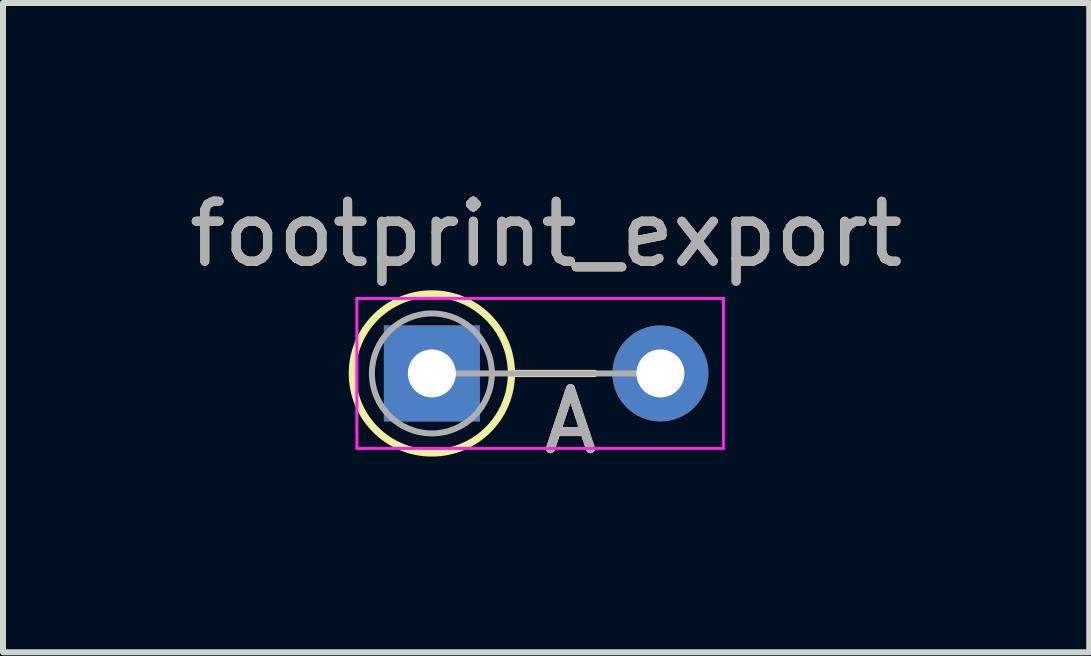
<source format=kicad_pcb>
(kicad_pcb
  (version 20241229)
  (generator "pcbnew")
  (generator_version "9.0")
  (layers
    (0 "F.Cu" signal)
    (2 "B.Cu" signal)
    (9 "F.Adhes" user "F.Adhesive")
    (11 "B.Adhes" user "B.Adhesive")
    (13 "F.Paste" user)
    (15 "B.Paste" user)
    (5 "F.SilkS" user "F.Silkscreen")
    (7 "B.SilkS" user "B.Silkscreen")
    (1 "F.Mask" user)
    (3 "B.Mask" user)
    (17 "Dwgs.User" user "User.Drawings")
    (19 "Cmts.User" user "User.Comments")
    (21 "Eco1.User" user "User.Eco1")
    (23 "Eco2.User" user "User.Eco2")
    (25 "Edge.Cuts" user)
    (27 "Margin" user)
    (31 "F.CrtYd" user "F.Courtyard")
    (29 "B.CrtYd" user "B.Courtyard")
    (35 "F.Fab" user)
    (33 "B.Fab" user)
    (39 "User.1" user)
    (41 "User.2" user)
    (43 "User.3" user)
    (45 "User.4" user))
  (footprint "footprint_export"
    (layer "F.Cu")
    (at 4.149 3.175)
    (property "Reference" "footprint_export" (at 1.905 -2.326 0) (layer "F.SilkS") (effects (font (size 1 1) (thickness 0.15))))
    (attr through_hole)
    (fp_line (start 1.326 0) (end 2.71 0) (stroke (width 0.12) (type solid)) (layer "F.SilkS"))
    (fp_circle (center 0 0) (end 1.326 0) (stroke (width 0.12) (type solid)) (fill no) (layer "F.SilkS"))
    (fp_line (start -1.25 -1.25) (end -1.25 1.25) (stroke (width 0.05) (type solid)) (layer "F.CrtYd"))
    (fp_line (start -1.25 1.25) (end 4.86 1.25) (stroke (width 0.05) (type solid)) (layer "F.CrtYd"))
    (fp_line (start 4.86 -1.25) (end -1.25 -1.25) (stroke (width 0.05) (type solid)) (layer "F.CrtYd"))
    (fp_line (start 4.86 1.25) (end 4.86 -1.25) (stroke (width 0.05) (type solid)) (layer "F.CrtYd"))
    (fp_line (start 0 0) (end 3.81 0) (stroke (width 0.1) (type solid)) (layer "F.Fab"))
    (fp_circle (center 0 0) (end 1 0) (stroke (width 0.1) (type solid)) (fill no) (layer "F.Fab"))
    (fp_text user "A" (at 2.31 0.8 0) (layer "F.SilkS") (effects (font (size 1 1) (thickness 0.15))))
    (fp_text user "A" (at 2.31 0.8 0) (layer "F.Fab") (effects (font (size 1 1) (thickness 0.15))))
    (fp_text user "${REFERENCE}" (at 1.905 -2.326 0) (layer "F.Fab") (effects (font (size 1 1) (thickness 0.15))))
    (pad "1" thru_hole rect (at 0 0) (size 1.6 1.6) (drill 0.8) (layers "*.Cu" "*.Mask"))
    (pad "2" thru_hole oval (at 3.81 0) (size 1.6 1.6) (drill 0.8) (layers "*.Cu" "*.Mask")))
  (gr_rect
    (start -3 -3)
    (end 15.107 7.823)
    (stroke (width 0.1) (type default))
    (fill no)
    (layer "Edge.Cuts")))
</source>
